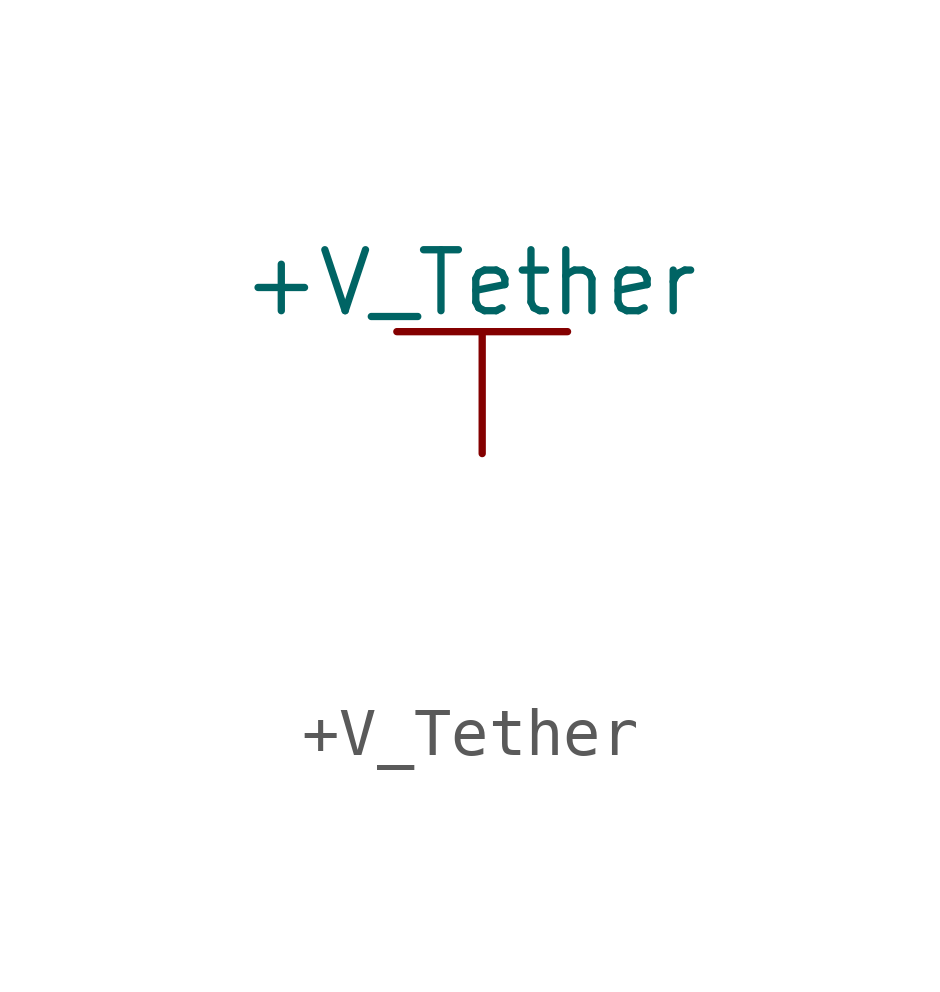
<source format=kicad_sym>
(kicad_symbol_lib
  (version 20220914)
  (generator kicad_symbol_editor)
  (symbol "+V_Tether"
    (power)
    (pin_numbers hide)
    (pin_names
      (offset 0) hide)
    (property "Reference" "#PWR"
      (at 0 -3.81 0)
      (effects (font (size 1.27 1.27)) hide))
    (property "Value" "+V_Tether"
      (at -0.254 3.556 0)
      (effects (font (size 1.27 1.27))))
    (property "Footprint" ""
      (at 0 0 0)
      (effects (font (size 1.524 1.524))))
    (property "Datasheet" ""
      (at 0 -3.81 0)
      (effects (font (size 1.524 1.524))))
    (symbol "+V_Tether_0_1"
      (polyline (pts (xy -1.778 2.54) (xy 0 2.54)) (stroke (width 0) (type default)) (fill (type none)))
      (polyline (pts (xy 0 0) (xy 0 2.54)) (stroke (width 0) (type default)) (fill (type none)))
      (polyline (pts (xy 0 2.54) (xy 1.778 2.54)) (stroke (width 0) (type default)) (fill (type none))))
    (symbol "+V_Tether_1_1"
      (pin power_in line (at 0 0 90) (length 0) hide (name "+V_Drone" (effects (font (size 1.27 1.27)))) (number "1" (effects (font (size 1.27 1.27))))))))
</source>
